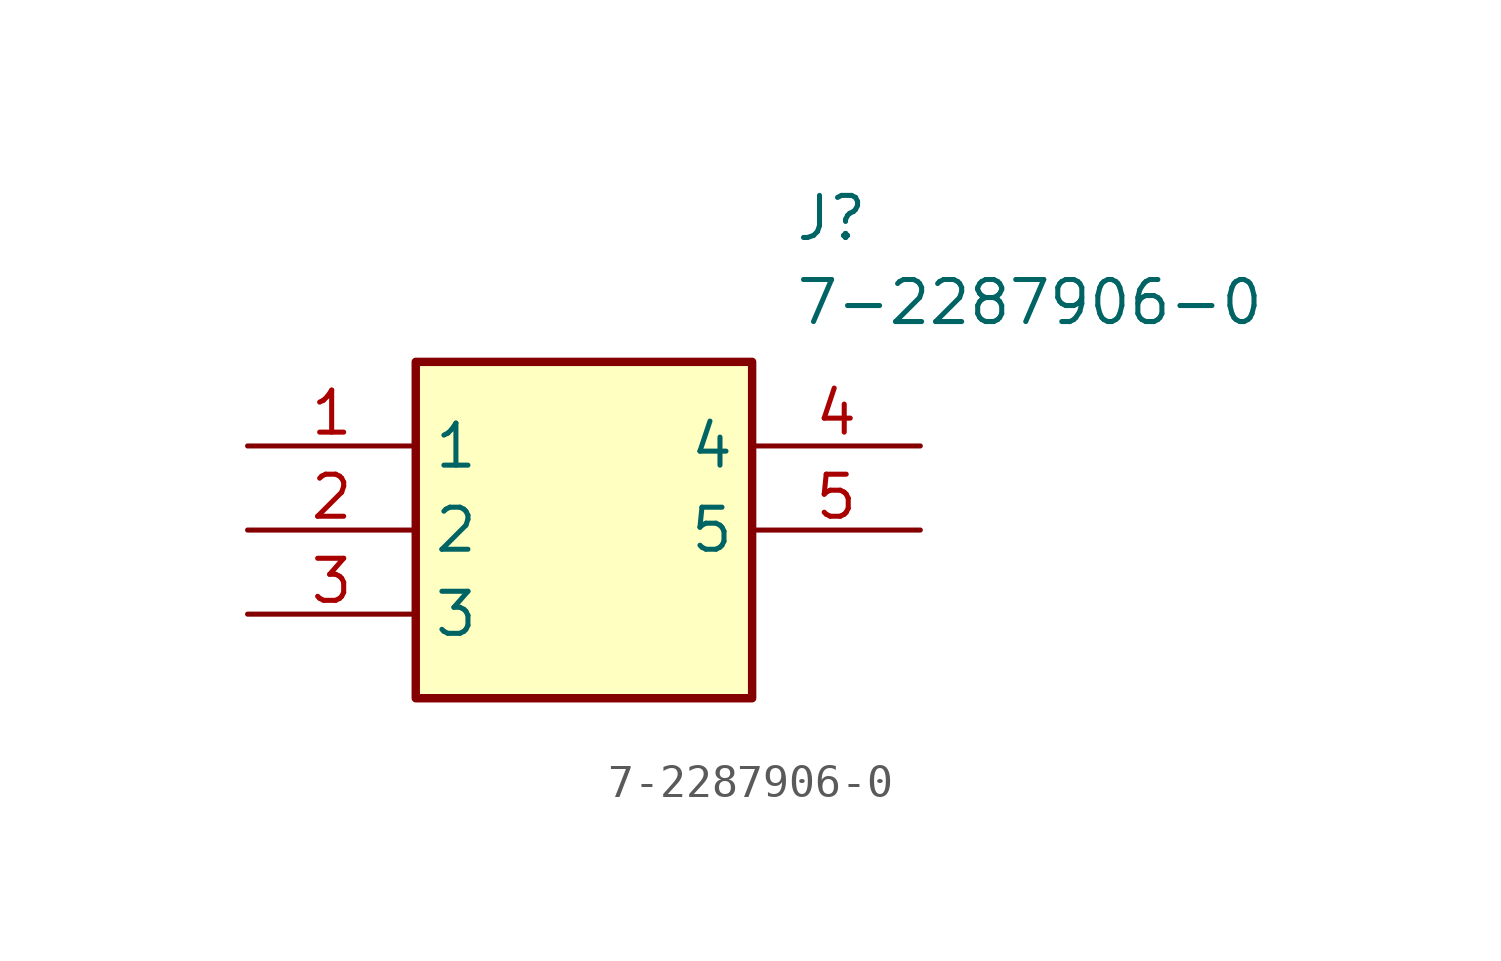
<source format=kicad_sym>
(kicad_symbol_lib
  (version 20231120)
  (generator "kicad_symbol_editor")
  (generator_version "8.0")
  (symbol "7-2287906-0"
    (property "Reference" "J"
      (at 16.51 7.62 0)
      (effects (font (size 1.27 1.27)) (justify left top)))
    (property "Value" "7-2287906-0"
      (at 16.51 5.08 0)
      (effects (font (size 1.27 1.27)) (justify left top)))
    (symbol "7-2287906-0_1_1"
      (rectangle (start 5.08 2.54) (end 15.24 -7.62) (stroke (width 0.254) (type default)) (fill (type background)))
      (pin passive line (at 0 0 0) (length 5.08) (name "1" (effects (font (size 1.27 1.27)))) (number "1" (effects (font (size 1.27 1.27)))))
      (pin passive line (at 0 -2.54 0) (length 5.08) (name "2" (effects (font (size 1.27 1.27)))) (number "2" (effects (font (size 1.27 1.27)))))
      (pin passive line (at 0 -5.08 0) (length 5.08) (name "3" (effects (font (size 1.27 1.27)))) (number "3" (effects (font (size 1.27 1.27)))))
      (pin passive line (at 20.32 0 180) (length 5.08) (name "4" (effects (font (size 1.27 1.27)))) (number "4" (effects (font (size 1.27 1.27)))))
      (pin passive line (at 20.32 -2.54 180) (length 5.08) (name "5" (effects (font (size 1.27 1.27)))) (number "5" (effects (font (size 1.27 1.27))))))))
</source>
